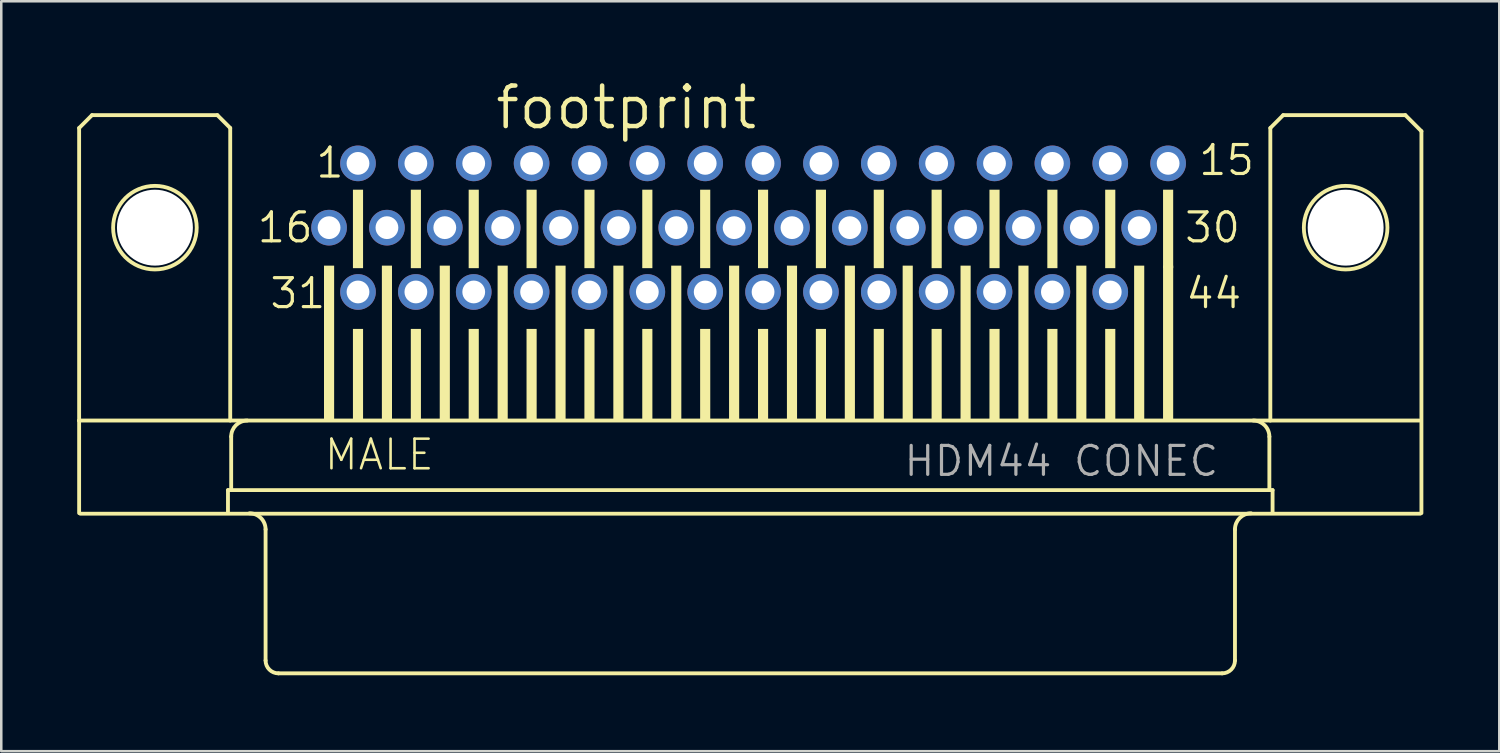
<source format=kicad_pcb>
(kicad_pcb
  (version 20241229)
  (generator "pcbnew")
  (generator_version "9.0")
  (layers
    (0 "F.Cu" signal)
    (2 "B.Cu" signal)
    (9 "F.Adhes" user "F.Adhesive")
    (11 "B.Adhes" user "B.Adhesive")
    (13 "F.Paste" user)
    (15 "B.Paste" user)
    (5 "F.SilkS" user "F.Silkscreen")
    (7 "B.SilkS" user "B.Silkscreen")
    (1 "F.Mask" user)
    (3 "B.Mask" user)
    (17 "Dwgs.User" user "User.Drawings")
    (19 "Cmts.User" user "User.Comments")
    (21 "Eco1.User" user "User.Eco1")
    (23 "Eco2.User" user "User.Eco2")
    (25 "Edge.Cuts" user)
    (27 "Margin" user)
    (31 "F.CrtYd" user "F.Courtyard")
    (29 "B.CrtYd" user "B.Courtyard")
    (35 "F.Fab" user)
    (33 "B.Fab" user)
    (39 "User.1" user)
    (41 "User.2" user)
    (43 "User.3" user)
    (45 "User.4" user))
  (footprint "footprint"
    (layer "F.Cu")
    (at 26.59 5.944)
    (property "Reference" "footprint" (at -10.16 -3.81 0) (layer "F.SilkS") (effects (font (size 1.6 1.6) (thickness 0.178)) (justify left bottom)))
    (fp_line (start -26.514 -3.937) (end -26.514 7.62) (stroke (width 0.152) (type solid)) (layer "F.SilkS"))
    (fp_line (start -26.514 11.276) (end -26.514 7.62) (stroke (width 0.152) (type solid)) (layer "F.SilkS"))
    (fp_line (start -26.47 11.3) (end 26.47 11.3) (stroke (width 0.152) (type solid)) (layer "F.SilkS"))
    (fp_line (start -26.006 -4.445) (end -26.514 -3.937) (stroke (width 0.152) (type solid)) (layer "F.SilkS"))
    (fp_line (start -21.053 -4.445) (end -26.006 -4.445) (stroke (width 0.152) (type solid)) (layer "F.SilkS"))
    (fp_line (start -20.634 10.368) (end -20.634 11.276) (stroke (width 0.152) (type solid)) (layer "F.SilkS"))
    (fp_line (start -20.545 -3.937) (end -21.053 -4.445) (stroke (width 0.152) (type solid)) (layer "F.SilkS"))
    (fp_line (start -20.545 -3.937) (end -20.545 7.62) (stroke (width 0.152) (type solid)) (layer "F.SilkS"))
    (fp_line (start -20.507 8.255) (end -20.507 10.368) (stroke (width 0.152) (type solid)) (layer "F.SilkS"))
    (fp_line (start -20.507 10.368) (end -20.634 10.368) (stroke (width 0.152) (type solid)) (layer "F.SilkS"))
    (fp_line (start -19.148 11.919) (end -19.148 17.099) (stroke (width 0.152) (type solid)) (layer "F.SilkS"))
    (fp_line (start 18.64 17.607) (end -18.64 17.607) (stroke (width 0.152) (type solid)) (layer "F.SilkS"))
    (fp_line (start 19.148 11.919) (end 19.148 17.099) (stroke (width 0.152) (type solid)) (layer "F.SilkS"))
    (fp_line (start 20.507 8.255) (end 20.507 10.368) (stroke (width 0.152) (type solid)) (layer "F.SilkS"))
    (fp_line (start 20.507 10.368) (end -20.507 10.368) (stroke (width 0.152) (type solid)) (layer "F.SilkS"))
    (fp_line (start 20.545 -3.937) (end 20.545 7.62) (stroke (width 0.152) (type solid)) (layer "F.SilkS"))
    (fp_line (start 20.634 10.368) (end 20.507 10.368) (stroke (width 0.152) (type solid)) (layer "F.SilkS"))
    (fp_line (start 20.634 10.368) (end 20.634 11.276) (stroke (width 0.152) (type solid)) (layer "F.SilkS"))
    (fp_line (start 21.053 -4.445) (end 20.545 -3.937) (stroke (width 0.152) (type solid)) (layer "F.SilkS"))
    (fp_line (start 21.053 -4.445) (end 25.879 -4.445) (stroke (width 0.152) (type solid)) (layer "F.SilkS"))
    (fp_line (start 25.879 -4.445) (end 26.514 -3.81) (stroke (width 0.152) (type solid)) (layer "F.SilkS"))
    (fp_line (start 26.426 7.62) (end -26.514 7.62) (stroke (width 0.152) (type solid)) (layer "F.SilkS"))
    (fp_line (start 26.514 -3.81) (end 26.514 11.276) (stroke (width 0.152) (type solid)) (layer "F.SilkS"))
    (fp_arc (start -20.507 8.255) (mid -20.321013 7.805987) (end -19.872 7.62) (stroke (width 0.1524) (type solid)) (layer "F.SilkS"))
    (fp_arc (start -19.783 11.284) (mid -19.333987 11.469987) (end -19.148 11.919) (stroke (width 0.1524) (type solid)) (layer "F.SilkS"))
    (fp_arc (start -18.64 17.607) (mid -18.99921 17.45821) (end -19.148 17.099) (stroke (width 0.1524) (type solid)) (layer "F.SilkS"))
    (fp_arc (start 19.148 11.919) (mid 19.333987 11.469987) (end 19.783 11.284) (stroke (width 0.1524) (type solid)) (layer "F.SilkS"))
    (fp_arc (start 19.148 17.099) (mid 18.99921 17.45821) (end 18.64 17.607) (stroke (width 0.1524) (type solid)) (layer "F.SilkS"))
    (fp_arc (start 19.872 7.62) (mid 20.321013 7.805987) (end 20.507 8.255) (stroke (width 0.1524) (type solid)) (layer "F.SilkS"))
    (fp_circle (center -23.52 0) (end -21.869 0) (stroke (width 0.152) (type solid)) (fill no) (layer "F.SilkS"))
    (fp_circle (center 23.52 0) (end 25.171 0) (stroke (width 0.152) (type solid)) (fill no) (layer "F.SilkS"))
    (fp_poly (pts (xy -16.84 7.6) (xy -16.44 7.6) (xy -16.44 1.5) (xy -16.84 1.5)) (stroke (width 0) (type solid)) (fill yes) (layer "F.SilkS"))
    (fp_poly (pts (xy -15.697 1.6) (xy -15.297 1.6) (xy -15.297 -1.5) (xy -15.697 -1.5)) (stroke (width 0) (type solid)) (fill yes) (layer "F.SilkS"))
    (fp_poly (pts (xy -15.697 7.6) (xy -15.297 7.6) (xy -15.297 4) (xy -15.697 4)) (stroke (width 0) (type solid)) (fill yes) (layer "F.SilkS"))
    (fp_poly (pts (xy -14.554 7.6) (xy -14.154 7.6) (xy -14.154 1.5) (xy -14.554 1.5)) (stroke (width 0) (type solid)) (fill yes) (layer "F.SilkS"))
    (fp_poly (pts (xy -13.411 1.6) (xy -13.011 1.6) (xy -13.011 -1.5) (xy -13.411 -1.5)) (stroke (width 0) (type solid)) (fill yes) (layer "F.SilkS"))
    (fp_poly (pts (xy -13.411 7.6) (xy -13.011 7.6) (xy -13.011 4) (xy -13.411 4)) (stroke (width 0) (type solid)) (fill yes) (layer "F.SilkS"))
    (fp_poly (pts (xy -12.268 7.6) (xy -11.868 7.6) (xy -11.868 1.5) (xy -12.268 1.5)) (stroke (width 0) (type solid)) (fill yes) (layer "F.SilkS"))
    (fp_poly (pts (xy -11.125 1.6) (xy -10.725 1.6) (xy -10.725 -1.5) (xy -11.125 -1.5)) (stroke (width 0) (type solid)) (fill yes) (layer "F.SilkS"))
    (fp_poly (pts (xy -11.125 7.6) (xy -10.725 7.6) (xy -10.725 4) (xy -11.125 4)) (stroke (width 0) (type solid)) (fill yes) (layer "F.SilkS"))
    (fp_poly (pts (xy -9.982 7.6) (xy -9.582 7.6) (xy -9.582 1.5) (xy -9.982 1.5)) (stroke (width 0) (type solid)) (fill yes) (layer "F.SilkS"))
    (fp_poly (pts (xy -8.839 1.6) (xy -8.439 1.6) (xy -8.439 -1.5) (xy -8.839 -1.5)) (stroke (width 0) (type solid)) (fill yes) (layer "F.SilkS"))
    (fp_poly (pts (xy -8.839 7.6) (xy -8.439 7.6) (xy -8.439 4) (xy -8.839 4)) (stroke (width 0) (type solid)) (fill yes) (layer "F.SilkS"))
    (fp_poly (pts (xy -7.696 7.6) (xy -7.296 7.6) (xy -7.296 1.5) (xy -7.696 1.5)) (stroke (width 0) (type solid)) (fill yes) (layer "F.SilkS"))
    (fp_poly (pts (xy -6.553 1.6) (xy -6.153 1.6) (xy -6.153 -1.5) (xy -6.553 -1.5)) (stroke (width 0) (type solid)) (fill yes) (layer "F.SilkS"))
    (fp_poly (pts (xy -6.553 7.6) (xy -6.153 7.6) (xy -6.153 4) (xy -6.553 4)) (stroke (width 0) (type solid)) (fill yes) (layer "F.SilkS"))
    (fp_poly (pts (xy -5.41 7.6) (xy -5.01 7.6) (xy -5.01 1.5) (xy -5.41 1.5)) (stroke (width 0) (type solid)) (fill yes) (layer "F.SilkS"))
    (fp_poly (pts (xy -4.267 1.6) (xy -3.867 1.6) (xy -3.867 -1.5) (xy -4.267 -1.5)) (stroke (width 0) (type solid)) (fill yes) (layer "F.SilkS"))
    (fp_poly (pts (xy -4.267 7.6) (xy -3.867 7.6) (xy -3.867 4) (xy -4.267 4)) (stroke (width 0) (type solid)) (fill yes) (layer "F.SilkS"))
    (fp_poly (pts (xy -3.124 7.6) (xy -2.724 7.6) (xy -2.724 1.5) (xy -3.124 1.5)) (stroke (width 0) (type solid)) (fill yes) (layer "F.SilkS"))
    (fp_poly (pts (xy -1.981 1.6) (xy -1.581 1.6) (xy -1.581 -1.5) (xy -1.981 -1.5)) (stroke (width 0) (type solid)) (fill yes) (layer "F.SilkS"))
    (fp_poly (pts (xy -1.981 7.6) (xy -1.581 7.6) (xy -1.581 4) (xy -1.981 4)) (stroke (width 0) (type solid)) (fill yes) (layer "F.SilkS"))
    (fp_poly (pts (xy -0.838 7.6) (xy -0.438 7.6) (xy -0.438 1.5) (xy -0.838 1.5)) (stroke (width 0) (type solid)) (fill yes) (layer "F.SilkS"))
    (fp_poly (pts (xy 0.305 1.6) (xy 0.705 1.6) (xy 0.705 -1.5) (xy 0.305 -1.5)) (stroke (width 0) (type solid)) (fill yes) (layer "F.SilkS"))
    (fp_poly (pts (xy 0.305 7.6) (xy 0.705 7.6) (xy 0.705 4) (xy 0.305 4)) (stroke (width 0) (type solid)) (fill yes) (layer "F.SilkS"))
    (fp_poly (pts (xy 1.448 7.6) (xy 1.848 7.6) (xy 1.848 1.5) (xy 1.448 1.5)) (stroke (width 0) (type solid)) (fill yes) (layer "F.SilkS"))
    (fp_poly (pts (xy 2.591 1.6) (xy 2.991 1.6) (xy 2.991 -1.5) (xy 2.591 -1.5)) (stroke (width 0) (type solid)) (fill yes) (layer "F.SilkS"))
    (fp_poly (pts (xy 2.591 7.6) (xy 2.991 7.6) (xy 2.991 4) (xy 2.591 4)) (stroke (width 0) (type solid)) (fill yes) (layer "F.SilkS"))
    (fp_poly (pts (xy 3.734 7.6) (xy 4.134 7.6) (xy 4.134 1.5) (xy 3.734 1.5)) (stroke (width 0) (type solid)) (fill yes) (layer "F.SilkS"))
    (fp_poly (pts (xy 4.877 1.6) (xy 5.277 1.6) (xy 5.277 -1.5) (xy 4.877 -1.5)) (stroke (width 0) (type solid)) (fill yes) (layer "F.SilkS"))
    (fp_poly (pts (xy 4.877 7.6) (xy 5.277 7.6) (xy 5.277 4) (xy 4.877 4)) (stroke (width 0) (type solid)) (fill yes) (layer "F.SilkS"))
    (fp_poly (pts (xy 6.02 7.6) (xy 6.42 7.6) (xy 6.42 1.5) (xy 6.02 1.5)) (stroke (width 0) (type solid)) (fill yes) (layer "F.SilkS"))
    (fp_poly (pts (xy 7.163 1.6) (xy 7.563 1.6) (xy 7.563 -1.5) (xy 7.163 -1.5)) (stroke (width 0) (type solid)) (fill yes) (layer "F.SilkS"))
    (fp_poly (pts (xy 7.163 7.6) (xy 7.563 7.6) (xy 7.563 4) (xy 7.163 4)) (stroke (width 0) (type solid)) (fill yes) (layer "F.SilkS"))
    (fp_poly (pts (xy 8.306 7.6) (xy 8.706 7.6) (xy 8.706 1.5) (xy 8.306 1.5)) (stroke (width 0) (type solid)) (fill yes) (layer "F.SilkS"))
    (fp_poly (pts (xy 9.449 1.6) (xy 9.849 1.6) (xy 9.849 -1.5) (xy 9.449 -1.5)) (stroke (width 0) (type solid)) (fill yes) (layer "F.SilkS"))
    (fp_poly (pts (xy 9.449 7.6) (xy 9.849 7.6) (xy 9.849 4) (xy 9.449 4)) (stroke (width 0) (type solid)) (fill yes) (layer "F.SilkS"))
    (fp_poly (pts (xy 10.592 7.6) (xy 10.992 7.6) (xy 10.992 1.5) (xy 10.592 1.5)) (stroke (width 0) (type solid)) (fill yes) (layer "F.SilkS"))
    (fp_poly (pts (xy 11.735 1.6) (xy 12.135 1.6) (xy 12.135 -1.5) (xy 11.735 -1.5)) (stroke (width 0) (type solid)) (fill yes) (layer "F.SilkS"))
    (fp_poly (pts (xy 11.735 7.6) (xy 12.135 7.6) (xy 12.135 4) (xy 11.735 4)) (stroke (width 0) (type solid)) (fill yes) (layer "F.SilkS"))
    (fp_poly (pts (xy 12.878 7.6) (xy 13.278 7.6) (xy 13.278 1.5) (xy 12.878 1.5)) (stroke (width 0) (type solid)) (fill yes) (layer "F.SilkS"))
    (fp_poly (pts (xy 14.021 1.6) (xy 14.421 1.6) (xy 14.421 -1.5) (xy 14.021 -1.5)) (stroke (width 0) (type solid)) (fill yes) (layer "F.SilkS"))
    (fp_poly (pts (xy 14.021 7.6) (xy 14.421 7.6) (xy 14.421 4) (xy 14.021 4)) (stroke (width 0) (type solid)) (fill yes) (layer "F.SilkS"))
    (fp_poly (pts (xy 15.164 7.6) (xy 15.564 7.6) (xy 15.564 1.5) (xy 15.164 1.5)) (stroke (width 0) (type solid)) (fill yes) (layer "F.SilkS"))
    (fp_poly (pts (xy 16.307 1.6) (xy 16.707 1.6) (xy 16.707 -1.5) (xy 16.307 -1.5)) (stroke (width 0) (type solid)) (fill yes) (layer "F.SilkS"))
    (fp_poly (pts (xy 16.307 7.6) (xy 16.707 7.6) (xy 16.707 1.5) (xy 16.307 1.5)) (stroke (width 0) (type solid)) (fill yes) (layer "F.SilkS"))
    (fp_text user "15" (at 17.644 -1.995 0) (layer "F.SilkS") (effects (font (size 1.143 1.143) (thickness 0.127)) (justify left bottom)))
    (fp_text user "MALE" (at -16.891 9.652 0) (layer "F.SilkS") (effects (font (size 1.168 1.168) (thickness 0.102)) (justify left bottom)))
    (fp_text user "44" (at 17.139 3.265 0) (layer "F.SilkS") (effects (font (size 1.143 1.143) (thickness 0.127)) (justify left bottom)))
    (fp_text user "31" (at -19.047 3.265 0) (layer "F.SilkS") (effects (font (size 1.143 1.143) (thickness 0.127)) (justify left bottom)))
    (fp_text user "16" (at -19.547 0.665 0) (layer "F.SilkS") (effects (font (size 1.143 1.143) (thickness 0.127)) (justify left bottom)))
    (fp_text user "30" (at 17.088 0.665 0) (layer "F.SilkS") (effects (font (size 1.143 1.143) (thickness 0.127)) (justify left bottom)))
    (fp_text user "1" (at -17.234 -1.895 0) (layer "F.SilkS") (effects (font (size 1.143 1.143) (thickness 0.127)) (justify left bottom)))
    (fp_text user "HDM44 CONEC" (at 6.001 9.891 0) (layer "F.Fab") (effects (font (size 1.143 1.143) (thickness 0.127)) (justify left bottom)))
    (pad "" np_thru_hole circle (at -23.52 0) (size 3 3) (drill 3) (layers "*.Cu" "*.Mask"))
    (pad "" np_thru_hole circle (at 23.52 0) (size 3 3) (drill 3) (layers "*.Cu" "*.Mask"))
    (pad "1" thru_hole circle (at -15.497 -2.54) (size 1.408 1.408) (drill 0.9) (layers "*.Cu" "*.Mask"))
    (pad "2" thru_hole circle (at -13.211 -2.54) (size 1.408 1.408) (drill 0.9) (layers "*.Cu" "*.Mask"))
    (pad "3" thru_hole circle (at -10.925 -2.54) (size 1.408 1.408) (drill 0.9) (layers "*.Cu" "*.Mask"))
    (pad "4" thru_hole circle (at -8.639 -2.54) (size 1.408 1.408) (drill 0.9) (layers "*.Cu" "*.Mask"))
    (pad "5" thru_hole circle (at -6.353 -2.54) (size 1.408 1.408) (drill 0.9) (layers "*.Cu" "*.Mask"))
    (pad "6" thru_hole circle (at -4.067 -2.54) (size 1.408 1.408) (drill 0.9) (layers "*.Cu" "*.Mask"))
    (pad "7" thru_hole circle (at -1.781 -2.54) (size 1.408 1.408) (drill 0.9) (layers "*.Cu" "*.Mask"))
    (pad "8" thru_hole circle (at 0.505 -2.54) (size 1.408 1.408) (drill 0.9) (layers "*.Cu" "*.Mask"))
    (pad "9" thru_hole circle (at 2.791 -2.54) (size 1.408 1.408) (drill 0.9) (layers "*.Cu" "*.Mask"))
    (pad "10" thru_hole circle (at 5.077 -2.54) (size 1.408 1.408) (drill 0.9) (layers "*.Cu" "*.Mask"))
    (pad "11" thru_hole circle (at 7.363 -2.54) (size 1.408 1.408) (drill 0.9) (layers "*.Cu" "*.Mask"))
    (pad "12" thru_hole circle (at 9.649 -2.54) (size 1.408 1.408) (drill 0.9) (layers "*.Cu" "*.Mask"))
    (pad "13" thru_hole circle (at 11.935 -2.54) (size 1.408 1.408) (drill 0.9) (layers "*.Cu" "*.Mask"))
    (pad "14" thru_hole circle (at 14.221 -2.54) (size 1.408 1.408) (drill 0.9) (layers "*.Cu" "*.Mask"))
    (pad "15" thru_hole circle (at 16.507 -2.54) (size 1.408 1.408) (drill 0.9) (layers "*.Cu" "*.Mask"))
    (pad "16" thru_hole circle (at -16.64 0) (size 1.408 1.408) (drill 0.9) (layers "*.Cu" "*.Mask"))
    (pad "17" thru_hole circle (at -14.354 0) (size 1.408 1.408) (drill 0.9) (layers "*.Cu" "*.Mask"))
    (pad "18" thru_hole circle (at -12.068 0) (size 1.408 1.408) (drill 0.9) (layers "*.Cu" "*.Mask"))
    (pad "19" thru_hole circle (at -9.782 0) (size 1.408 1.408) (drill 0.9) (layers "*.Cu" "*.Mask"))
    (pad "20" thru_hole circle (at -7.496 0) (size 1.408 1.408) (drill 0.9) (layers "*.Cu" "*.Mask"))
    (pad "21" thru_hole circle (at -5.21 0) (size 1.408 1.408) (drill 0.9) (layers "*.Cu" "*.Mask"))
    (pad "22" thru_hole circle (at -2.924 0) (size 1.408 1.408) (drill 0.9) (layers "*.Cu" "*.Mask"))
    (pad "23" thru_hole circle (at -0.638 0) (size 1.408 1.408) (drill 0.9) (layers "*.Cu" "*.Mask"))
    (pad "24" thru_hole circle (at 1.648 0) (size 1.408 1.408) (drill 0.9) (layers "*.Cu" "*.Mask"))
    (pad "25" thru_hole circle (at 3.934 0) (size 1.408 1.408) (drill 0.9) (layers "*.Cu" "*.Mask"))
    (pad "26" thru_hole circle (at 6.22 0) (size 1.408 1.408) (drill 0.9) (layers "*.Cu" "*.Mask"))
    (pad "27" thru_hole circle (at 8.506 0) (size 1.408 1.408) (drill 0.9) (layers "*.Cu" "*.Mask"))
    (pad "28" thru_hole circle (at 10.792 0) (size 1.408 1.408) (drill 0.9) (layers "*.Cu" "*.Mask"))
    (pad "29" thru_hole circle (at 13.078 0) (size 1.408 1.408) (drill 0.9) (layers "*.Cu" "*.Mask"))
    (pad "30" thru_hole circle (at 15.364 0) (size 1.408 1.408) (drill 0.9) (layers "*.Cu" "*.Mask"))
    (pad "31" thru_hole circle (at -15.497 2.54) (size 1.408 1.408) (drill 0.9) (layers "*.Cu" "*.Mask"))
    (pad "32" thru_hole circle (at -13.211 2.54) (size 1.408 1.408) (drill 0.9) (layers "*.Cu" "*.Mask"))
    (pad "33" thru_hole circle (at -10.925 2.54) (size 1.408 1.408) (drill 0.9) (layers "*.Cu" "*.Mask"))
    (pad "34" thru_hole circle (at -8.639 2.54) (size 1.408 1.408) (drill 0.9) (layers "*.Cu" "*.Mask"))
    (pad "35" thru_hole circle (at -6.353 2.54) (size 1.408 1.408) (drill 0.9) (layers "*.Cu" "*.Mask"))
    (pad "36" thru_hole circle (at -4.067 2.54) (size 1.408 1.408) (drill 0.9) (layers "*.Cu" "*.Mask"))
    (pad "37" thru_hole circle (at -1.781 2.54) (size 1.408 1.408) (drill 0.9) (layers "*.Cu" "*.Mask"))
    (pad "38" thru_hole circle (at 0.505 2.54) (size 1.408 1.408) (drill 0.9) (layers "*.Cu" "*.Mask"))
    (pad "39" thru_hole circle (at 2.791 2.54) (size 1.408 1.408) (drill 0.9) (layers "*.Cu" "*.Mask"))
    (pad "40" thru_hole circle (at 5.077 2.54) (size 1.408 1.408) (drill 0.9) (layers "*.Cu" "*.Mask"))
    (pad "41" thru_hole circle (at 7.363 2.54) (size 1.408 1.408) (drill 0.9) (layers "*.Cu" "*.Mask"))
    (pad "42" thru_hole circle (at 9.649 2.54) (size 1.408 1.408) (drill 0.9) (layers "*.Cu" "*.Mask"))
    (pad "43" thru_hole circle (at 11.935 2.54) (size 1.408 1.408) (drill 0.9) (layers "*.Cu" "*.Mask"))
    (pad "44" thru_hole circle (at 14.221 2.54) (size 1.408 1.408) (drill 0.9) (layers "*.Cu" "*.Mask"))
    (zone (net_name "") (layers "F.Cu" "B.Cu") (hatch edge 0.508) (connect_pads) (min_thickness 0.254) (filled_areas_thickness no) (keepout (tracks allowed) (vias not_allowed) (pads allowed) (copperpour allowed) (footprints allowed)) (placement (enabled no)) (fill) (polygon (pts (xy 5.737 5.944) (xy 5.697 5.48) (xy 5.576 5.031) (xy 5.38 4.61) (xy 5.113 4.229) (xy 4.785 3.901) (xy 4.404 3.634) (xy 3.982 3.437) (xy 3.533 3.317) (xy 3.07 3.277) (xy 2.607 3.317) (xy 2.158 3.437) (xy 1.737 3.634) (xy 1.356 3.901) (xy 1.027 4.229) (xy 0.761 4.61) (xy 0.564 5.031) (xy 0.444 5.48) (xy 0.403 5.944) (xy 0.444 6.407) (xy 0.564 6.856) (xy 0.761 7.277) (xy 1.027 7.658) (xy 1.356 7.987) (xy 1.737 8.253) (xy 2.158 8.45) (xy 2.607 8.57) (xy 3.07 8.611) (xy 3.533 8.57) (xy 3.982 8.45) (xy 4.404 8.253) (xy 4.785 7.987) (xy 5.113 7.658) (xy 5.38 7.277) (xy 5.576 6.856) (xy 5.697 6.407))))
    (zone (net_name "") (layers "F.Cu" "B.Cu") (hatch edge 0.508) (connect_pads) (min_thickness 0.254) (filled_areas_thickness no) (keepout (tracks allowed) (vias not_allowed) (pads allowed) (copperpour allowed) (footprints allowed)) (placement (enabled no)) (fill) (polygon (pts (xy 52.777 5.944) (xy 52.737 5.48) (xy 52.616 5.031) (xy 52.42 4.61) (xy 52.153 4.229) (xy 51.825 3.901) (xy 51.444 3.634) (xy 51.022 3.437) (xy 50.573 3.317) (xy 50.11 3.277) (xy 49.647 3.317) (xy 49.198 3.437) (xy 48.777 3.634) (xy 48.396 3.901) (xy 48.067 4.229) (xy 47.801 4.61) (xy 47.604 5.031) (xy 47.484 5.48) (xy 47.443 5.944) (xy 47.484 6.407) (xy 47.604 6.856) (xy 47.801 7.277) (xy 48.067 7.658) (xy 48.396 7.987) (xy 48.777 8.253) (xy 49.198 8.45) (xy 49.647 8.57) (xy 50.11 8.611) (xy 50.573 8.57) (xy 51.022 8.45) (xy 51.444 8.253) (xy 51.825 7.987) (xy 52.153 7.658) (xy 52.42 7.277) (xy 52.616 6.856) (xy 52.737 6.407))))
    (zone (net_name "") (layer "B.Cu") (hatch edge 0.508) (connect_pads) (min_thickness 0.254) (filled_areas_thickness no) (keepout (tracks not_allowed) (vias not_allowed) (pads not_allowed) (copperpour not_allowed) (footprints allowed)) (placement (enabled no)) (fill) (polygon (pts (xy 5.737 5.944) (xy 5.697 5.48) (xy 5.576 5.031) (xy 5.38 4.61) (xy 5.113 4.229) (xy 4.785 3.901) (xy 4.404 3.634) (xy 3.982 3.437) (xy 3.533 3.317) (xy 3.07 3.277) (xy 2.607 3.317) (xy 2.158 3.437) (xy 1.737 3.634) (xy 1.356 3.901) (xy 1.027 4.229) (xy 0.761 4.61) (xy 0.564 5.031) (xy 0.444 5.48) (xy 0.403 5.944) (xy 0.444 6.407) (xy 0.564 6.856) (xy 0.761 7.277) (xy 1.027 7.658) (xy 1.356 7.987) (xy 1.737 8.253) (xy 2.158 8.45) (xy 2.607 8.57) (xy 3.07 8.611) (xy 3.533 8.57) (xy 3.982 8.45) (xy 4.404 8.253) (xy 4.785 7.987) (xy 5.113 7.658) (xy 5.38 7.277) (xy 5.576 6.856) (xy 5.697 6.407))))
    (zone (net_name "") (layer "B.Cu") (hatch edge 0.508) (connect_pads) (min_thickness 0.254) (filled_areas_thickness no) (keepout (tracks not_allowed) (vias not_allowed) (pads not_allowed) (copperpour not_allowed) (footprints allowed)) (placement (enabled no)) (fill) (polygon (pts (xy 52.777 5.944) (xy 52.737 5.48) (xy 52.616 5.031) (xy 52.42 4.61) (xy 52.153 4.229) (xy 51.825 3.901) (xy 51.444 3.634) (xy 51.022 3.437) (xy 50.573 3.317) (xy 50.11 3.277) (xy 49.647 3.317) (xy 49.198 3.437) (xy 48.777 3.634) (xy 48.396 3.901) (xy 48.067 4.229) (xy 47.801 4.61) (xy 47.604 5.031) (xy 47.484 5.48) (xy 47.443 5.944) (xy 47.484 6.407) (xy 47.604 6.856) (xy 47.801 7.277) (xy 48.067 7.658) (xy 48.396 7.987) (xy 48.777 8.253) (xy 49.198 8.45) (xy 49.647 8.57) (xy 50.11 8.611) (xy 50.573 8.57) (xy 51.022 8.45) (xy 51.444 8.253) (xy 51.825 7.987) (xy 52.153 7.658) (xy 52.42 7.277) (xy 52.616 6.856) (xy 52.737 6.407)))))
  (gr_rect
    (start -3 -3)
    (end 56.18 26.627)
    (stroke (width 0.1) (type default))
    (fill no)
    (layer "Edge.Cuts")))
</source>
